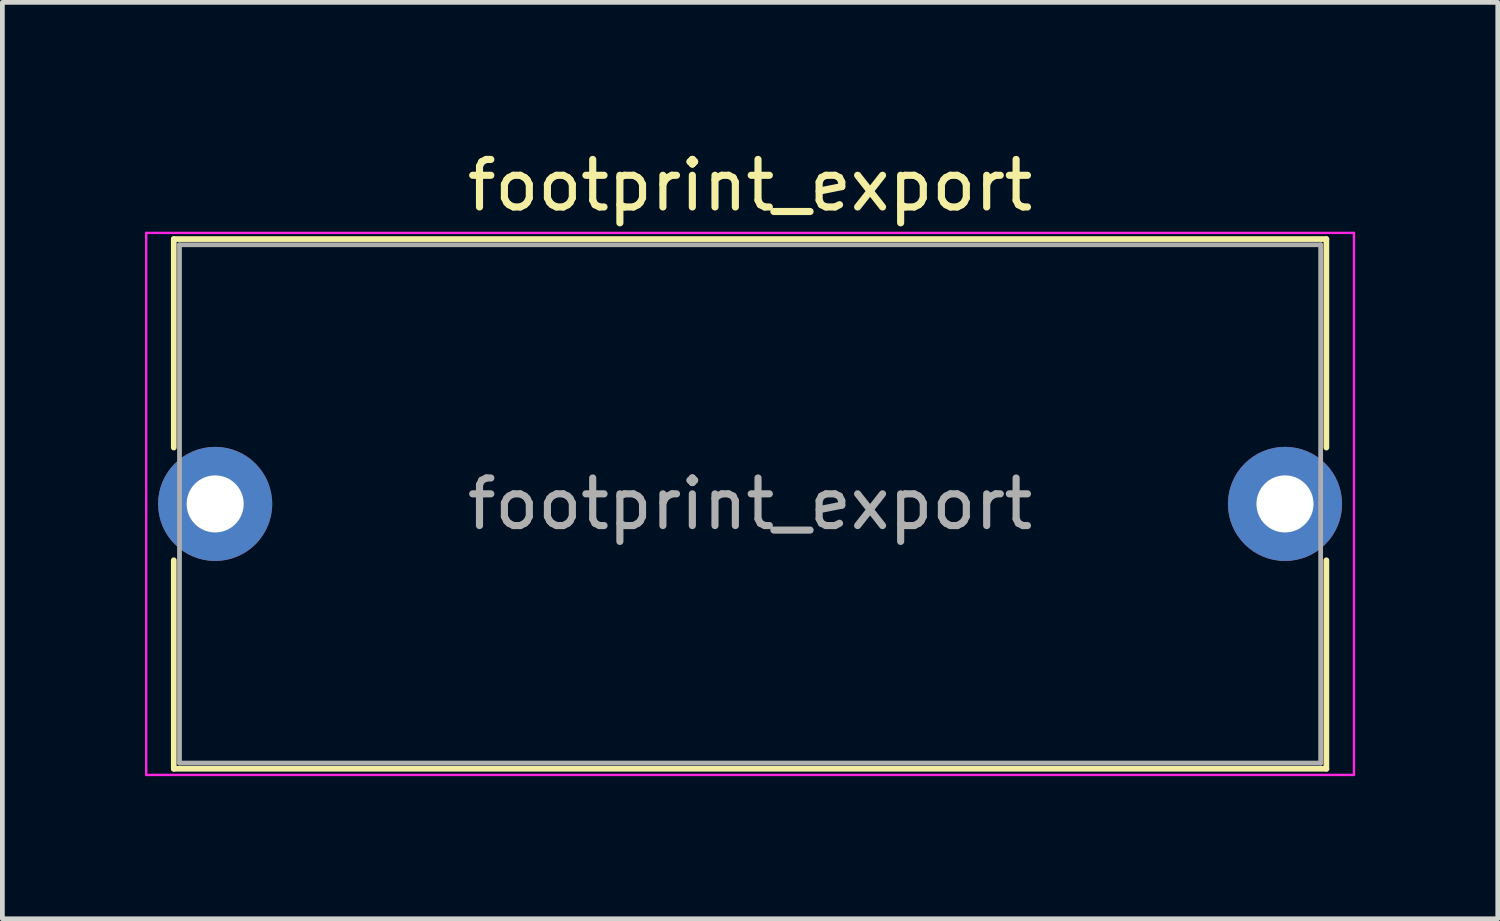
<source format=kicad_pcb>
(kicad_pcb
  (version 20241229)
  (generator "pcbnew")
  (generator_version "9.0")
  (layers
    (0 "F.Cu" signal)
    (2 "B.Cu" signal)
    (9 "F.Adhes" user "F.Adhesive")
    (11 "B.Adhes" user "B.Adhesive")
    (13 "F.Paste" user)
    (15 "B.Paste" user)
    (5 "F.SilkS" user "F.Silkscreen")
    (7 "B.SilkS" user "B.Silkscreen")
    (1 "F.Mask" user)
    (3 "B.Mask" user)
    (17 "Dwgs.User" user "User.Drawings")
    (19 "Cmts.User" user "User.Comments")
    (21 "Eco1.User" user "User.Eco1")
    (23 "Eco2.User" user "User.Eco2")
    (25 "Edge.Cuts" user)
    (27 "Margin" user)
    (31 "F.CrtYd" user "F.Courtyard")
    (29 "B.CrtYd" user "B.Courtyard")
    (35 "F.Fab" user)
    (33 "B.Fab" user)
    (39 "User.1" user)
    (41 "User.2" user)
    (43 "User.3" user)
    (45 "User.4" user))
  (footprint "footprint_export"
    (layer "F.Cu")
    (at 1.475 7.548)
    (property "Reference" "footprint_export" (at 11.25 -6.7 0) (layer "F.SilkS") (effects (font (size 1 1) (thickness 0.15))))
    (attr through_hole)
    (fp_line (start -0.87 -5.57) (end -0.87 -1.185) (stroke (width 0.12) (type solid)) (layer "F.SilkS"))
    (fp_line (start -0.87 -5.57) (end 23.37 -5.57) (stroke (width 0.12) (type solid)) (layer "F.SilkS"))
    (fp_line (start -0.87 1.185) (end -0.87 5.57) (stroke (width 0.12) (type solid)) (layer "F.SilkS"))
    (fp_line (start -0.87 5.57) (end 23.37 5.57) (stroke (width 0.12) (type solid)) (layer "F.SilkS"))
    (fp_line (start 23.37 -5.57) (end 23.37 -1.185) (stroke (width 0.12) (type solid)) (layer "F.SilkS"))
    (fp_line (start 23.37 1.185) (end 23.37 5.57) (stroke (width 0.12) (type solid)) (layer "F.SilkS"))
    (fp_line (start -1.45 -5.7) (end -1.45 5.7) (stroke (width 0.05) (type solid)) (layer "F.CrtYd"))
    (fp_line (start -1.45 5.7) (end 23.95 5.7) (stroke (width 0.05) (type solid)) (layer "F.CrtYd"))
    (fp_line (start 23.95 -5.7) (end -1.45 -5.7) (stroke (width 0.05) (type solid)) (layer "F.CrtYd"))
    (fp_line (start 23.95 5.7) (end 23.95 -5.7) (stroke (width 0.05) (type solid)) (layer "F.CrtYd"))
    (fp_line (start -0.75 -5.45) (end -0.75 5.45) (stroke (width 0.1) (type solid)) (layer "F.Fab"))
    (fp_line (start -0.75 5.45) (end 23.25 5.45) (stroke (width 0.1) (type solid)) (layer "F.Fab"))
    (fp_line (start 23.25 -5.45) (end -0.75 -5.45) (stroke (width 0.1) (type solid)) (layer "F.Fab"))
    (fp_line (start 23.25 5.45) (end 23.25 -5.45) (stroke (width 0.1) (type solid)) (layer "F.Fab"))
    (fp_text user "${REFERENCE}" (at 11.25 0 0) (layer "F.Fab") (effects (font (size 1 1) (thickness 0.15))))
    (pad "1" thru_hole circle (at 0 0) (size 2.4 2.4) (drill 1.2) (layers "*.Cu" "*.Mask"))
    (pad "2" thru_hole circle (at 22.5 0) (size 2.4 2.4) (drill 1.2) (layers "*.Cu" "*.Mask")))
  (gr_rect
    (start -3 -3)
    (end 28.45 16.273)
    (stroke (width 0.1) (type default))
    (fill no)
    (layer "Edge.Cuts")))
</source>
